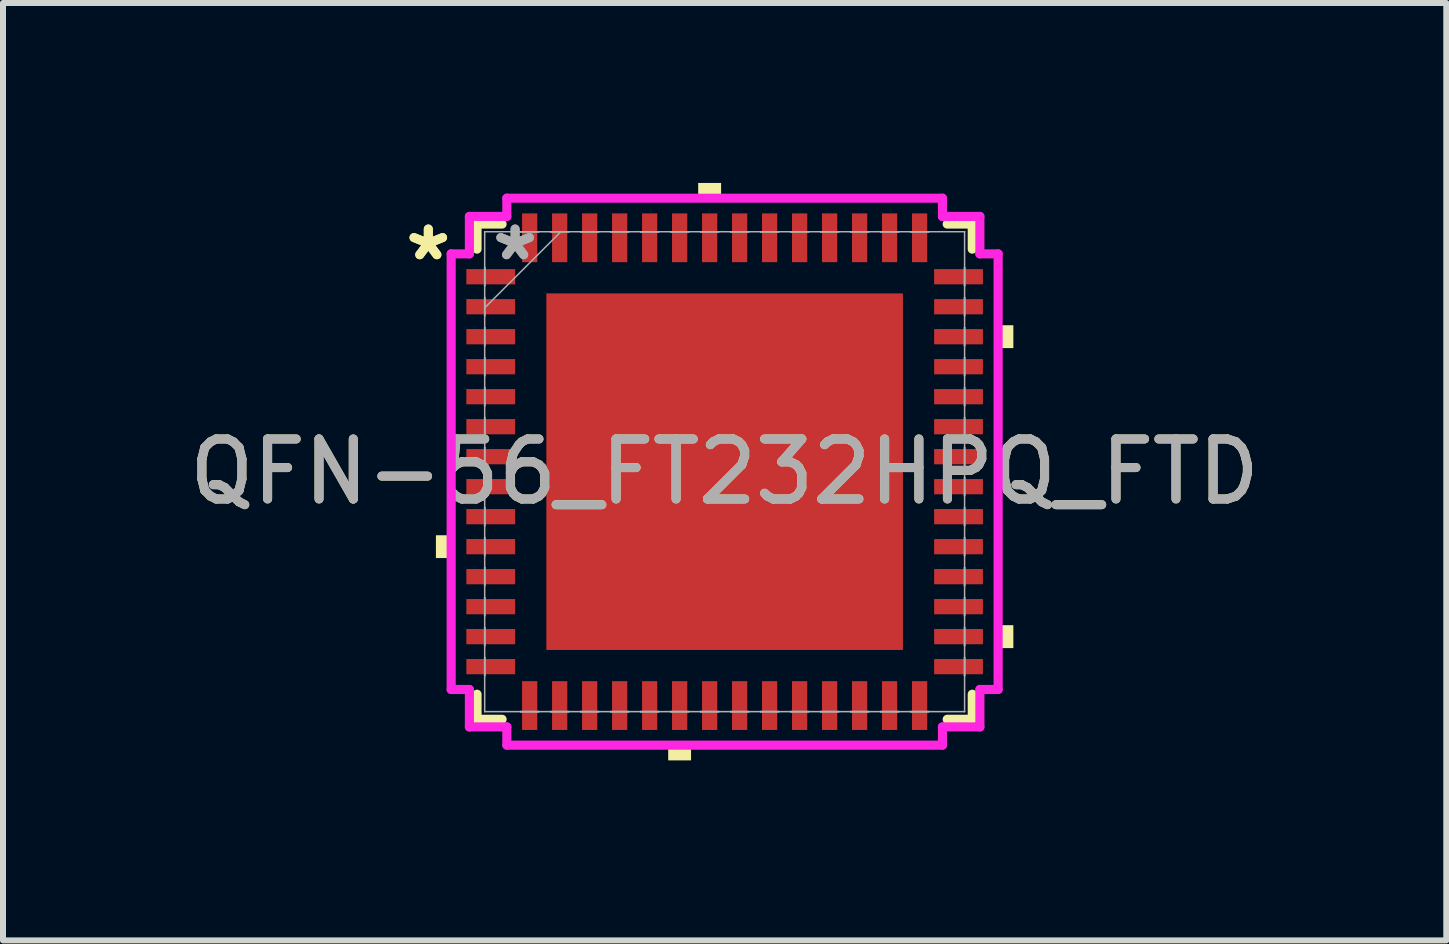
<source format=kicad_pcb>
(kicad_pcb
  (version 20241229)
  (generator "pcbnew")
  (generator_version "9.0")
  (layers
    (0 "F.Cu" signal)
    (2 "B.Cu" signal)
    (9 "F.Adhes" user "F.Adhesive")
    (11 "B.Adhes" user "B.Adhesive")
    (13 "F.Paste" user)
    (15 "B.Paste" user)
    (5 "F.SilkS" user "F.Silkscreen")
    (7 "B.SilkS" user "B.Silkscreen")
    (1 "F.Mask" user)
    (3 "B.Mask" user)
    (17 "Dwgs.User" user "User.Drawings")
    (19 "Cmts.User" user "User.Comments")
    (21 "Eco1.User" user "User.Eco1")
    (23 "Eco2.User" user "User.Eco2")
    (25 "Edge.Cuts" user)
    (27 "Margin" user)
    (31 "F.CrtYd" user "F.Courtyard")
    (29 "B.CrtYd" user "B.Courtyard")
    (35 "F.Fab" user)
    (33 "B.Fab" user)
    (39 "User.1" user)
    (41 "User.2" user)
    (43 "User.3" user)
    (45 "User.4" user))
  (footprint "QFN-56_FT232HPQ_FTD"
    (layer "F.Cu")
    (at 9.03 4.813)
    (property "Reference" "QFN-56_FT232HPQ_FTD" (at 0 0 0) (unlocked yes) (layer "F.SilkS") (effects (font (size 1 1) (thickness 0.15))))
    (attr smd)
    (fp_line (start -4.128 -4.128) (end -4.128 -3.71) (stroke (width 0.152) (type solid)) (layer "F.SilkS"))
    (fp_line (start -4.128 3.71) (end -4.128 4.128) (stroke (width 0.152) (type solid)) (layer "F.SilkS"))
    (fp_line (start -4.128 4.128) (end -3.71 4.128) (stroke (width 0.152) (type solid)) (layer "F.SilkS"))
    (fp_line (start -3.71 -4.128) (end -4.128 -4.128) (stroke (width 0.152) (type solid)) (layer "F.SilkS"))
    (fp_line (start 3.71 4.128) (end 4.128 4.128) (stroke (width 0.152) (type solid)) (layer "F.SilkS"))
    (fp_line (start 4.128 -4.128) (end 3.71 -4.128) (stroke (width 0.152) (type solid)) (layer "F.SilkS"))
    (fp_line (start 4.128 -3.71) (end 4.128 -4.128) (stroke (width 0.152) (type solid)) (layer "F.SilkS"))
    (fp_line (start 4.128 4.128) (end 4.128 3.71) (stroke (width 0.152) (type solid)) (layer "F.SilkS"))
    (fp_poly (pts (xy -4.813 1.06) (xy -4.813 1.44) (xy -4.559 1.44) (xy -4.559 1.06)) (stroke (width 0) (type solid)) (fill yes) (layer "F.SilkS"))
    (fp_poly (pts (xy -0.941 4.559) (xy -0.941 4.813) (xy -0.56 4.813) (xy -0.56 4.559)) (stroke (width 0) (type solid)) (fill yes) (layer "F.SilkS"))
    (fp_poly (pts (xy -0.441 -4.559) (xy -0.441 -4.813) (xy -0.059 -4.813) (xy -0.059 -4.559)) (stroke (width 0) (type solid)) (fill yes) (layer "F.SilkS"))
    (fp_poly (pts (xy 4.813 -2.441) (xy 4.813 -2.06) (xy 4.559 -2.06) (xy 4.559 -2.441)) (stroke (width 0) (type solid)) (fill yes) (layer "F.SilkS"))
    (fp_poly (pts (xy 4.813 2.559) (xy 4.813 2.941) (xy 4.559 2.941) (xy 4.559 2.559)) (stroke (width 0) (type solid)) (fill yes) (layer "F.SilkS"))
    (fp_poly (pts (xy -2.872 -2.872) (xy -2.872 -1.586) (xy -1.586 -1.586) (xy -1.586 -2.872)) (stroke (width 0) (type solid)) (fill yes) (layer "F.Paste"))
    (fp_poly (pts (xy -2.872 -1.386) (xy -2.872 -0.1) (xy -1.586 -0.1) (xy -1.586 -1.386)) (stroke (width 0) (type solid)) (fill yes) (layer "F.Paste"))
    (fp_poly (pts (xy -2.872 0.1) (xy -2.872 1.386) (xy -1.586 1.386) (xy -1.586 0.1)) (stroke (width 0) (type solid)) (fill yes) (layer "F.Paste"))
    (fp_poly (pts (xy -2.872 1.586) (xy -2.872 2.872) (xy -1.586 2.872) (xy -1.586 1.586)) (stroke (width 0) (type solid)) (fill yes) (layer "F.Paste"))
    (fp_poly (pts (xy -1.386 -2.872) (xy -1.386 -1.586) (xy -0.1 -1.586) (xy -0.1 -2.872)) (stroke (width 0) (type solid)) (fill yes) (layer "F.Paste"))
    (fp_poly (pts (xy -1.386 -1.386) (xy -1.386 -0.1) (xy -0.1 -0.1) (xy -0.1 -1.386)) (stroke (width 0) (type solid)) (fill yes) (layer "F.Paste"))
    (fp_poly (pts (xy -1.386 0.1) (xy -1.386 1.386) (xy -0.1 1.386) (xy -0.1 0.1)) (stroke (width 0) (type solid)) (fill yes) (layer "F.Paste"))
    (fp_poly (pts (xy -1.386 1.586) (xy -1.386 2.872) (xy -0.1 2.872) (xy -0.1 1.586)) (stroke (width 0) (type solid)) (fill yes) (layer "F.Paste"))
    (fp_poly (pts (xy 0.1 -2.872) (xy 0.1 -1.586) (xy 1.386 -1.586) (xy 1.386 -2.872)) (stroke (width 0) (type solid)) (fill yes) (layer "F.Paste"))
    (fp_poly (pts (xy 0.1 -1.386) (xy 0.1 -0.1) (xy 1.386 -0.1) (xy 1.386 -1.386)) (stroke (width 0) (type solid)) (fill yes) (layer "F.Paste"))
    (fp_poly (pts (xy 0.1 0.1) (xy 0.1 1.386) (xy 1.386 1.386) (xy 1.386 0.1)) (stroke (width 0) (type solid)) (fill yes) (layer "F.Paste"))
    (fp_poly (pts (xy 0.1 1.586) (xy 0.1 2.872) (xy 1.386 2.872) (xy 1.386 1.586)) (stroke (width 0) (type solid)) (fill yes) (layer "F.Paste"))
    (fp_poly (pts (xy 1.586 -2.872) (xy 1.586 -1.586) (xy 2.872 -1.586) (xy 2.872 -2.872)) (stroke (width 0) (type solid)) (fill yes) (layer "F.Paste"))
    (fp_poly (pts (xy 1.586 -1.386) (xy 1.586 -0.1) (xy 2.872 -0.1) (xy 2.872 -1.386)) (stroke (width 0) (type solid)) (fill yes) (layer "F.Paste"))
    (fp_poly (pts (xy 1.586 0.1) (xy 1.586 1.386) (xy 2.872 1.386) (xy 2.872 0.1)) (stroke (width 0) (type solid)) (fill yes) (layer "F.Paste"))
    (fp_poly (pts (xy 1.586 1.586) (xy 1.586 2.872) (xy 2.872 2.872) (xy 2.872 1.586)) (stroke (width 0) (type solid)) (fill yes) (layer "F.Paste"))
    (fp_line (start -4.559 -3.631) (end -4.255 -3.631) (stroke (width 0.152) (type solid)) (layer "F.CrtYd"))
    (fp_line (start -4.559 3.631) (end -4.559 -3.631) (stroke (width 0.152) (type solid)) (layer "F.CrtYd"))
    (fp_line (start -4.255 -4.255) (end -3.631 -4.255) (stroke (width 0.152) (type solid)) (layer "F.CrtYd"))
    (fp_line (start -4.255 -3.631) (end -4.255 -4.255) (stroke (width 0.152) (type solid)) (layer "F.CrtYd"))
    (fp_line (start -4.255 3.631) (end -4.559 3.631) (stroke (width 0.152) (type solid)) (layer "F.CrtYd"))
    (fp_line (start -4.255 4.255) (end -4.255 3.631) (stroke (width 0.152) (type solid)) (layer "F.CrtYd"))
    (fp_line (start -3.631 -4.559) (end 3.631 -4.559) (stroke (width 0.152) (type solid)) (layer "F.CrtYd"))
    (fp_line (start -3.631 -4.255) (end -3.631 -4.559) (stroke (width 0.152) (type solid)) (layer "F.CrtYd"))
    (fp_line (start -3.631 4.255) (end -4.255 4.255) (stroke (width 0.152) (type solid)) (layer "F.CrtYd"))
    (fp_line (start -3.631 4.559) (end -3.631 4.255) (stroke (width 0.152) (type solid)) (layer "F.CrtYd"))
    (fp_line (start 3.631 -4.559) (end 3.631 -4.255) (stroke (width 0.152) (type solid)) (layer "F.CrtYd"))
    (fp_line (start 3.631 -4.255) (end 4.255 -4.255) (stroke (width 0.152) (type solid)) (layer "F.CrtYd"))
    (fp_line (start 3.631 4.255) (end 3.631 4.559) (stroke (width 0.152) (type solid)) (layer "F.CrtYd"))
    (fp_line (start 3.631 4.559) (end -3.631 4.559) (stroke (width 0.152) (type solid)) (layer "F.CrtYd"))
    (fp_line (start 4.255 -4.255) (end 4.255 -3.631) (stroke (width 0.152) (type solid)) (layer "F.CrtYd"))
    (fp_line (start 4.255 -3.631) (end 4.559 -3.631) (stroke (width 0.152) (type solid)) (layer "F.CrtYd"))
    (fp_line (start 4.255 3.631) (end 4.255 4.255) (stroke (width 0.152) (type solid)) (layer "F.CrtYd"))
    (fp_line (start 4.255 4.255) (end 3.631 4.255) (stroke (width 0.152) (type solid)) (layer "F.CrtYd"))
    (fp_line (start 4.559 -3.631) (end 4.559 3.631) (stroke (width 0.152) (type solid)) (layer "F.CrtYd"))
    (fp_line (start 4.559 3.631) (end 4.255 3.631) (stroke (width 0.152) (type solid)) (layer "F.CrtYd"))
    (fp_line (start -4 -4) (end -4 -4) (stroke (width 0.025) (type solid)) (layer "F.Fab"))
    (fp_line (start -4 -4) (end -4 4) (stroke (width 0.025) (type solid)) (layer "F.Fab"))
    (fp_line (start -4 -3.402) (end -4 -3.402) (stroke (width 0.025) (type solid)) (layer "F.Fab"))
    (fp_line (start -4 -3.402) (end -4 -3.098) (stroke (width 0.025) (type solid)) (layer "F.Fab"))
    (fp_line (start -4 -3.098) (end -4 -3.402) (stroke (width 0.025) (type solid)) (layer "F.Fab"))
    (fp_line (start -4 -3.098) (end -4 -3.098) (stroke (width 0.025) (type solid)) (layer "F.Fab"))
    (fp_line (start -4 -2.902) (end -4 -2.902) (stroke (width 0.025) (type solid)) (layer "F.Fab"))
    (fp_line (start -4 -2.902) (end -4 -2.598) (stroke (width 0.025) (type solid)) (layer "F.Fab"))
    (fp_line (start -4 -2.731) (end -2.731 -4) (stroke (width 0.025) (type solid)) (layer "F.Fab"))
    (fp_line (start -4 -2.598) (end -4 -2.902) (stroke (width 0.025) (type solid)) (layer "F.Fab"))
    (fp_line (start -4 -2.598) (end -4 -2.598) (stroke (width 0.025) (type solid)) (layer "F.Fab"))
    (fp_line (start -4 -2.402) (end -4 -2.402) (stroke (width 0.025) (type solid)) (layer "F.Fab"))
    (fp_line (start -4 -2.402) (end -4 -2.098) (stroke (width 0.025) (type solid)) (layer "F.Fab"))
    (fp_line (start -4 -2.098) (end -4 -2.402) (stroke (width 0.025) (type solid)) (layer "F.Fab"))
    (fp_line (start -4 -2.098) (end -4 -2.098) (stroke (width 0.025) (type solid)) (layer "F.Fab"))
    (fp_line (start -4 -1.902) (end -4 -1.902) (stroke (width 0.025) (type solid)) (layer "F.Fab"))
    (fp_line (start -4 -1.902) (end -4 -1.598) (stroke (width 0.025) (type solid)) (layer "F.Fab"))
    (fp_line (start -4 -1.598) (end -4 -1.902) (stroke (width 0.025) (type solid)) (layer "F.Fab"))
    (fp_line (start -4 -1.598) (end -4 -1.598) (stroke (width 0.025) (type solid)) (layer "F.Fab"))
    (fp_line (start -4 -1.402) (end -4 -1.402) (stroke (width 0.025) (type solid)) (layer "F.Fab"))
    (fp_line (start -4 -1.402) (end -4 -1.098) (stroke (width 0.025) (type solid)) (layer "F.Fab"))
    (fp_line (start -4 -1.098) (end -4 -1.402) (stroke (width 0.025) (type solid)) (layer "F.Fab"))
    (fp_line (start -4 -1.098) (end -4 -1.098) (stroke (width 0.025) (type solid)) (layer "F.Fab"))
    (fp_line (start -4 -0.902) (end -4 -0.902) (stroke (width 0.025) (type solid)) (layer "F.Fab"))
    (fp_line (start -4 -0.902) (end -4 -0.598) (stroke (width 0.025) (type solid)) (layer "F.Fab"))
    (fp_line (start -4 -0.598) (end -4 -0.902) (stroke (width 0.025) (type solid)) (layer "F.Fab"))
    (fp_line (start -4 -0.598) (end -4 -0.598) (stroke (width 0.025) (type solid)) (layer "F.Fab"))
    (fp_line (start -4 -0.402) (end -4 -0.402) (stroke (width 0.025) (type solid)) (layer "F.Fab"))
    (fp_line (start -4 -0.402) (end -4 -0.098) (stroke (width 0.025) (type solid)) (layer "F.Fab"))
    (fp_line (start -4 -0.098) (end -4 -0.402) (stroke (width 0.025) (type solid)) (layer "F.Fab"))
    (fp_line (start -4 -0.098) (end -4 -0.098) (stroke (width 0.025) (type solid)) (layer "F.Fab"))
    (fp_line (start -4 0.098) (end -4 0.098) (stroke (width 0.025) (type solid)) (layer "F.Fab"))
    (fp_line (start -4 0.098) (end -4 0.402) (stroke (width 0.025) (type solid)) (layer "F.Fab"))
    (fp_line (start -4 0.402) (end -4 0.098) (stroke (width 0.025) (type solid)) (layer "F.Fab"))
    (fp_line (start -4 0.402) (end -4 0.402) (stroke (width 0.025) (type solid)) (layer "F.Fab"))
    (fp_line (start -4 0.598) (end -4 0.598) (stroke (width 0.025) (type solid)) (layer "F.Fab"))
    (fp_line (start -4 0.598) (end -4 0.902) (stroke (width 0.025) (type solid)) (layer "F.Fab"))
    (fp_line (start -4 0.902) (end -4 0.598) (stroke (width 0.025) (type solid)) (layer "F.Fab"))
    (fp_line (start -4 0.902) (end -4 0.902) (stroke (width 0.025) (type solid)) (layer "F.Fab"))
    (fp_line (start -4 1.098) (end -4 1.098) (stroke (width 0.025) (type solid)) (layer "F.Fab"))
    (fp_line (start -4 1.098) (end -4 1.402) (stroke (width 0.025) (type solid)) (layer "F.Fab"))
    (fp_line (start -4 1.402) (end -4 1.098) (stroke (width 0.025) (type solid)) (layer "F.Fab"))
    (fp_line (start -4 1.402) (end -4 1.402) (stroke (width 0.025) (type solid)) (layer "F.Fab"))
    (fp_line (start -4 1.598) (end -4 1.598) (stroke (width 0.025) (type solid)) (layer "F.Fab"))
    (fp_line (start -4 1.598) (end -4 1.902) (stroke (width 0.025) (type solid)) (layer "F.Fab"))
    (fp_line (start -4 1.902) (end -4 1.598) (stroke (width 0.025) (type solid)) (layer "F.Fab"))
    (fp_line (start -4 1.902) (end -4 1.902) (stroke (width 0.025) (type solid)) (layer "F.Fab"))
    (fp_line (start -4 2.098) (end -4 2.098) (stroke (width 0.025) (type solid)) (layer "F.Fab"))
    (fp_line (start -4 2.098) (end -4 2.402) (stroke (width 0.025) (type solid)) (layer "F.Fab"))
    (fp_line (start -4 2.402) (end -4 2.098) (stroke (width 0.025) (type solid)) (layer "F.Fab"))
    (fp_line (start -4 2.402) (end -4 2.402) (stroke (width 0.025) (type solid)) (layer "F.Fab"))
    (fp_line (start -4 2.598) (end -4 2.598) (stroke (width 0.025) (type solid)) (layer "F.Fab"))
    (fp_line (start -4 2.598) (end -4 2.902) (stroke (width 0.025) (type solid)) (layer "F.Fab"))
    (fp_line (start -4 2.902) (end -4 2.598) (stroke (width 0.025) (type solid)) (layer "F.Fab"))
    (fp_line (start -4 2.902) (end -4 2.902) (stroke (width 0.025) (type solid)) (layer "F.Fab"))
    (fp_line (start -4 3.098) (end -4 3.098) (stroke (width 0.025) (type solid)) (layer "F.Fab"))
    (fp_line (start -4 3.098) (end -4 3.402) (stroke (width 0.025) (type solid)) (layer "F.Fab"))
    (fp_line (start -4 3.402) (end -4 3.098) (stroke (width 0.025) (type solid)) (layer "F.Fab"))
    (fp_line (start -4 3.402) (end -4 3.402) (stroke (width 0.025) (type solid)) (layer "F.Fab"))
    (fp_line (start -4 4) (end -4 4) (stroke (width 0.025) (type solid)) (layer "F.Fab"))
    (fp_line (start -4 4) (end 4 4) (stroke (width 0.025) (type solid)) (layer "F.Fab"))
    (fp_line (start -3.402 -4) (end -3.402 -4) (stroke (width 0.025) (type solid)) (layer "F.Fab"))
    (fp_line (start -3.402 -4) (end -3.098 -4) (stroke (width 0.025) (type solid)) (layer "F.Fab"))
    (fp_line (start -3.402 4) (end -3.402 4) (stroke (width 0.025) (type solid)) (layer "F.Fab"))
    (fp_line (start -3.402 4) (end -3.098 4) (stroke (width 0.025) (type solid)) (layer "F.Fab"))
    (fp_line (start -3.098 -4) (end -3.402 -4) (stroke (width 0.025) (type solid)) (layer "F.Fab"))
    (fp_line (start -3.098 -4) (end -3.098 -4) (stroke (width 0.025) (type solid)) (layer "F.Fab"))
    (fp_line (start -3.098 4) (end -3.402 4) (stroke (width 0.025) (type solid)) (layer "F.Fab"))
    (fp_line (start -3.098 4) (end -3.098 4) (stroke (width 0.025) (type solid)) (layer "F.Fab"))
    (fp_line (start -2.902 -4) (end -2.902 -4) (stroke (width 0.025) (type solid)) (layer "F.Fab"))
    (fp_line (start -2.902 -4) (end -2.598 -4) (stroke (width 0.025) (type solid)) (layer "F.Fab"))
    (fp_line (start -2.902 4) (end -2.902 4) (stroke (width 0.025) (type solid)) (layer "F.Fab"))
    (fp_line (start -2.902 4) (end -2.598 4) (stroke (width 0.025) (type solid)) (layer "F.Fab"))
    (fp_line (start -2.598 -4) (end -2.902 -4) (stroke (width 0.025) (type solid)) (layer "F.Fab"))
    (fp_line (start -2.598 -4) (end -2.598 -4) (stroke (width 0.025) (type solid)) (layer "F.Fab"))
    (fp_line (start -2.598 4) (end -2.902 4) (stroke (width 0.025) (type solid)) (layer "F.Fab"))
    (fp_line (start -2.598 4) (end -2.598 4) (stroke (width 0.025) (type solid)) (layer "F.Fab"))
    (fp_line (start -2.402 -4) (end -2.402 -4) (stroke (width 0.025) (type solid)) (layer "F.Fab"))
    (fp_line (start -2.402 -4) (end -2.098 -4) (stroke (width 0.025) (type solid)) (layer "F.Fab"))
    (fp_line (start -2.402 4) (end -2.402 4) (stroke (width 0.025) (type solid)) (layer "F.Fab"))
    (fp_line (start -2.402 4) (end -2.098 4) (stroke (width 0.025) (type solid)) (layer "F.Fab"))
    (fp_line (start -2.098 -4) (end -2.402 -4) (stroke (width 0.025) (type solid)) (layer "F.Fab"))
    (fp_line (start -2.098 -4) (end -2.098 -4) (stroke (width 0.025) (type solid)) (layer "F.Fab"))
    (fp_line (start -2.098 4) (end -2.402 4) (stroke (width 0.025) (type solid)) (layer "F.Fab"))
    (fp_line (start -2.098 4) (end -2.098 4) (stroke (width 0.025) (type solid)) (layer "F.Fab"))
    (fp_line (start -1.902 -4) (end -1.902 -4) (stroke (width 0.025) (type solid)) (layer "F.Fab"))
    (fp_line (start -1.902 -4) (end -1.598 -4) (stroke (width 0.025) (type solid)) (layer "F.Fab"))
    (fp_line (start -1.902 4) (end -1.902 4) (stroke (width 0.025) (type solid)) (layer "F.Fab"))
    (fp_line (start -1.902 4) (end -1.598 4) (stroke (width 0.025) (type solid)) (layer "F.Fab"))
    (fp_line (start -1.598 -4) (end -1.902 -4) (stroke (width 0.025) (type solid)) (layer "F.Fab"))
    (fp_line (start -1.598 -4) (end -1.598 -4) (stroke (width 0.025) (type solid)) (layer "F.Fab"))
    (fp_line (start -1.598 4) (end -1.902 4) (stroke (width 0.025) (type solid)) (layer "F.Fab"))
    (fp_line (start -1.598 4) (end -1.598 4) (stroke (width 0.025) (type solid)) (layer "F.Fab"))
    (fp_line (start -1.402 -4) (end -1.402 -4) (stroke (width 0.025) (type solid)) (layer "F.Fab"))
    (fp_line (start -1.402 -4) (end -1.098 -4) (stroke (width 0.025) (type solid)) (layer "F.Fab"))
    (fp_line (start -1.402 4) (end -1.402 4) (stroke (width 0.025) (type solid)) (layer "F.Fab"))
    (fp_line (start -1.402 4) (end -1.098 4) (stroke (width 0.025) (type solid)) (layer "F.Fab"))
    (fp_line (start -1.098 -4) (end -1.402 -4) (stroke (width 0.025) (type solid)) (layer "F.Fab"))
    (fp_line (start -1.098 -4) (end -1.098 -4) (stroke (width 0.025) (type solid)) (layer "F.Fab"))
    (fp_line (start -1.098 4) (end -1.402 4) (stroke (width 0.025) (type solid)) (layer "F.Fab"))
    (fp_line (start -1.098 4) (end -1.098 4) (stroke (width 0.025) (type solid)) (layer "F.Fab"))
    (fp_line (start -0.902 -4) (end -0.902 -4) (stroke (width 0.025) (type solid)) (layer "F.Fab"))
    (fp_line (start -0.902 -4) (end -0.598 -4) (stroke (width 0.025) (type solid)) (layer "F.Fab"))
    (fp_line (start -0.902 4) (end -0.902 4) (stroke (width 0.025) (type solid)) (layer "F.Fab"))
    (fp_line (start -0.902 4) (end -0.598 4) (stroke (width 0.025) (type solid)) (layer "F.Fab"))
    (fp_line (start -0.598 -4) (end -0.902 -4) (stroke (width 0.025) (type solid)) (layer "F.Fab"))
    (fp_line (start -0.598 -4) (end -0.598 -4) (stroke (width 0.025) (type solid)) (layer "F.Fab"))
    (fp_line (start -0.598 4) (end -0.902 4) (stroke (width 0.025) (type solid)) (layer "F.Fab"))
    (fp_line (start -0.598 4) (end -0.598 4) (stroke (width 0.025) (type solid)) (layer "F.Fab"))
    (fp_line (start -0.402 -4) (end -0.402 -4) (stroke (width 0.025) (type solid)) (layer "F.Fab"))
    (fp_line (start -0.402 -4) (end -0.098 -4) (stroke (width 0.025) (type solid)) (layer "F.Fab"))
    (fp_line (start -0.402 4) (end -0.402 4) (stroke (width 0.025) (type solid)) (layer "F.Fab"))
    (fp_line (start -0.402 4) (end -0.098 4) (stroke (width 0.025) (type solid)) (layer "F.Fab"))
    (fp_line (start -0.098 -4) (end -0.402 -4) (stroke (width 0.025) (type solid)) (layer "F.Fab"))
    (fp_line (start -0.098 -4) (end -0.098 -4) (stroke (width 0.025) (type solid)) (layer "F.Fab"))
    (fp_line (start -0.098 4) (end -0.402 4) (stroke (width 0.025) (type solid)) (layer "F.Fab"))
    (fp_line (start -0.098 4) (end -0.098 4) (stroke (width 0.025) (type solid)) (layer "F.Fab"))
    (fp_line (start 0.098 -4) (end 0.098 -4) (stroke (width 0.025) (type solid)) (layer "F.Fab"))
    (fp_line (start 0.098 -4) (end 0.402 -4) (stroke (width 0.025) (type solid)) (layer "F.Fab"))
    (fp_line (start 0.098 4) (end 0.098 4) (stroke (width 0.025) (type solid)) (layer "F.Fab"))
    (fp_line (start 0.098 4) (end 0.402 4) (stroke (width 0.025) (type solid)) (layer "F.Fab"))
    (fp_line (start 0.402 -4) (end 0.098 -4) (stroke (width 0.025) (type solid)) (layer "F.Fab"))
    (fp_line (start 0.402 -4) (end 0.402 -4) (stroke (width 0.025) (type solid)) (layer "F.Fab"))
    (fp_line (start 0.402 4) (end 0.098 4) (stroke (width 0.025) (type solid)) (layer "F.Fab"))
    (fp_line (start 0.402 4) (end 0.402 4) (stroke (width 0.025) (type solid)) (layer "F.Fab"))
    (fp_line (start 0.598 -4) (end 0.598 -4) (stroke (width 0.025) (type solid)) (layer "F.Fab"))
    (fp_line (start 0.598 -4) (end 0.902 -4) (stroke (width 0.025) (type solid)) (layer "F.Fab"))
    (fp_line (start 0.598 4) (end 0.598 4) (stroke (width 0.025) (type solid)) (layer "F.Fab"))
    (fp_line (start 0.598 4) (end 0.902 4) (stroke (width 0.025) (type solid)) (layer "F.Fab"))
    (fp_line (start 0.902 -4) (end 0.598 -4) (stroke (width 0.025) (type solid)) (layer "F.Fab"))
    (fp_line (start 0.902 -4) (end 0.902 -4) (stroke (width 0.025) (type solid)) (layer "F.Fab"))
    (fp_line (start 0.902 4) (end 0.598 4) (stroke (width 0.025) (type solid)) (layer "F.Fab"))
    (fp_line (start 0.902 4) (end 0.902 4) (stroke (width 0.025) (type solid)) (layer "F.Fab"))
    (fp_line (start 1.098 -4) (end 1.098 -4) (stroke (width 0.025) (type solid)) (layer "F.Fab"))
    (fp_line (start 1.098 -4) (end 1.402 -4) (stroke (width 0.025) (type solid)) (layer "F.Fab"))
    (fp_line (start 1.098 4) (end 1.098 4) (stroke (width 0.025) (type solid)) (layer "F.Fab"))
    (fp_line (start 1.098 4) (end 1.402 4) (stroke (width 0.025) (type solid)) (layer "F.Fab"))
    (fp_line (start 1.402 -4) (end 1.098 -4) (stroke (width 0.025) (type solid)) (layer "F.Fab"))
    (fp_line (start 1.402 -4) (end 1.402 -4) (stroke (width 0.025) (type solid)) (layer "F.Fab"))
    (fp_line (start 1.402 4) (end 1.098 4) (stroke (width 0.025) (type solid)) (layer "F.Fab"))
    (fp_line (start 1.402 4) (end 1.402 4) (stroke (width 0.025) (type solid)) (layer "F.Fab"))
    (fp_line (start 1.598 -4) (end 1.598 -4) (stroke (width 0.025) (type solid)) (layer "F.Fab"))
    (fp_line (start 1.598 -4) (end 1.902 -4) (stroke (width 0.025) (type solid)) (layer "F.Fab"))
    (fp_line (start 1.598 4) (end 1.598 4) (stroke (width 0.025) (type solid)) (layer "F.Fab"))
    (fp_line (start 1.598 4) (end 1.902 4) (stroke (width 0.025) (type solid)) (layer "F.Fab"))
    (fp_line (start 1.902 -4) (end 1.598 -4) (stroke (width 0.025) (type solid)) (layer "F.Fab"))
    (fp_line (start 1.902 -4) (end 1.902 -4) (stroke (width 0.025) (type solid)) (layer "F.Fab"))
    (fp_line (start 1.902 4) (end 1.598 4) (stroke (width 0.025) (type solid)) (layer "F.Fab"))
    (fp_line (start 1.902 4) (end 1.902 4) (stroke (width 0.025) (type solid)) (layer "F.Fab"))
    (fp_line (start 2.098 -4) (end 2.098 -4) (stroke (width 0.025) (type solid)) (layer "F.Fab"))
    (fp_line (start 2.098 -4) (end 2.402 -4) (stroke (width 0.025) (type solid)) (layer "F.Fab"))
    (fp_line (start 2.098 4) (end 2.098 4) (stroke (width 0.025) (type solid)) (layer "F.Fab"))
    (fp_line (start 2.098 4) (end 2.402 4) (stroke (width 0.025) (type solid)) (layer "F.Fab"))
    (fp_line (start 2.402 -4) (end 2.098 -4) (stroke (width 0.025) (type solid)) (layer "F.Fab"))
    (fp_line (start 2.402 -4) (end 2.402 -4) (stroke (width 0.025) (type solid)) (layer "F.Fab"))
    (fp_line (start 2.402 4) (end 2.098 4) (stroke (width 0.025) (type solid)) (layer "F.Fab"))
    (fp_line (start 2.402 4) (end 2.402 4) (stroke (width 0.025) (type solid)) (layer "F.Fab"))
    (fp_line (start 2.598 -4) (end 2.598 -4) (stroke (width 0.025) (type solid)) (layer "F.Fab"))
    (fp_line (start 2.598 -4) (end 2.902 -4) (stroke (width 0.025) (type solid)) (layer "F.Fab"))
    (fp_line (start 2.598 4) (end 2.598 4) (stroke (width 0.025) (type solid)) (layer "F.Fab"))
    (fp_line (start 2.598 4) (end 2.902 4) (stroke (width 0.025) (type solid)) (layer "F.Fab"))
    (fp_line (start 2.902 -4) (end 2.598 -4) (stroke (width 0.025) (type solid)) (layer "F.Fab"))
    (fp_line (start 2.902 -4) (end 2.902 -4) (stroke (width 0.025) (type solid)) (layer "F.Fab"))
    (fp_line (start 2.902 4) (end 2.598 4) (stroke (width 0.025) (type solid)) (layer "F.Fab"))
    (fp_line (start 2.902 4) (end 2.902 4) (stroke (width 0.025) (type solid)) (layer "F.Fab"))
    (fp_line (start 3.098 -4) (end 3.098 -4) (stroke (width 0.025) (type solid)) (layer "F.Fab"))
    (fp_line (start 3.098 -4) (end 3.402 -4) (stroke (width 0.025) (type solid)) (layer "F.Fab"))
    (fp_line (start 3.098 4) (end 3.098 4) (stroke (width 0.025) (type solid)) (layer "F.Fab"))
    (fp_line (start 3.098 4) (end 3.402 4) (stroke (width 0.025) (type solid)) (layer "F.Fab"))
    (fp_line (start 3.402 -4) (end 3.098 -4) (stroke (width 0.025) (type solid)) (layer "F.Fab"))
    (fp_line (start 3.402 -4) (end 3.402 -4) (stroke (width 0.025) (type solid)) (layer "F.Fab"))
    (fp_line (start 3.402 4) (end 3.098 4) (stroke (width 0.025) (type solid)) (layer "F.Fab"))
    (fp_line (start 3.402 4) (end 3.402 4) (stroke (width 0.025) (type solid)) (layer "F.Fab"))
    (fp_line (start 4 -4) (end -4 -4) (stroke (width 0.025) (type solid)) (layer "F.Fab"))
    (fp_line (start 4 -4) (end 4 -4) (stroke (width 0.025) (type solid)) (layer "F.Fab"))
    (fp_line (start 4 -3.402) (end 4 -3.402) (stroke (width 0.025) (type solid)) (layer "F.Fab"))
    (fp_line (start 4 -3.402) (end 4 -3.098) (stroke (width 0.025) (type solid)) (layer "F.Fab"))
    (fp_line (start 4 -3.098) (end 4 -3.402) (stroke (width 0.025) (type solid)) (layer "F.Fab"))
    (fp_line (start 4 -3.098) (end 4 -3.098) (stroke (width 0.025) (type solid)) (layer "F.Fab"))
    (fp_line (start 4 -2.902) (end 4 -2.902) (stroke (width 0.025) (type solid)) (layer "F.Fab"))
    (fp_line (start 4 -2.902) (end 4 -2.598) (stroke (width 0.025) (type solid)) (layer "F.Fab"))
    (fp_line (start 4 -2.598) (end 4 -2.902) (stroke (width 0.025) (type solid)) (layer "F.Fab"))
    (fp_line (start 4 -2.598) (end 4 -2.598) (stroke (width 0.025) (type solid)) (layer "F.Fab"))
    (fp_line (start 4 -2.402) (end 4 -2.402) (stroke (width 0.025) (type solid)) (layer "F.Fab"))
    (fp_line (start 4 -2.402) (end 4 -2.098) (stroke (width 0.025) (type solid)) (layer "F.Fab"))
    (fp_line (start 4 -2.098) (end 4 -2.402) (stroke (width 0.025) (type solid)) (layer "F.Fab"))
    (fp_line (start 4 -2.098) (end 4 -2.098) (stroke (width 0.025) (type solid)) (layer "F.Fab"))
    (fp_line (start 4 -1.902) (end 4 -1.902) (stroke (width 0.025) (type solid)) (layer "F.Fab"))
    (fp_line (start 4 -1.902) (end 4 -1.598) (stroke (width 0.025) (type solid)) (layer "F.Fab"))
    (fp_line (start 4 -1.598) (end 4 -1.902) (stroke (width 0.025) (type solid)) (layer "F.Fab"))
    (fp_line (start 4 -1.598) (end 4 -1.598) (stroke (width 0.025) (type solid)) (layer "F.Fab"))
    (fp_line (start 4 -1.402) (end 4 -1.402) (stroke (width 0.025) (type solid)) (layer "F.Fab"))
    (fp_line (start 4 -1.402) (end 4 -1.098) (stroke (width 0.025) (type solid)) (layer "F.Fab"))
    (fp_line (start 4 -1.098) (end 4 -1.402) (stroke (width 0.025) (type solid)) (layer "F.Fab"))
    (fp_line (start 4 -1.098) (end 4 -1.098) (stroke (width 0.025) (type solid)) (layer "F.Fab"))
    (fp_line (start 4 -0.902) (end 4 -0.902) (stroke (width 0.025) (type solid)) (layer "F.Fab"))
    (fp_line (start 4 -0.902) (end 4 -0.598) (stroke (width 0.025) (type solid)) (layer "F.Fab"))
    (fp_line (start 4 -0.598) (end 4 -0.902) (stroke (width 0.025) (type solid)) (layer "F.Fab"))
    (fp_line (start 4 -0.598) (end 4 -0.598) (stroke (width 0.025) (type solid)) (layer "F.Fab"))
    (fp_line (start 4 -0.402) (end 4 -0.402) (stroke (width 0.025) (type solid)) (layer "F.Fab"))
    (fp_line (start 4 -0.402) (end 4 -0.098) (stroke (width 0.025) (type solid)) (layer "F.Fab"))
    (fp_line (start 4 -0.098) (end 4 -0.402) (stroke (width 0.025) (type solid)) (layer "F.Fab"))
    (fp_line (start 4 -0.098) (end 4 -0.098) (stroke (width 0.025) (type solid)) (layer "F.Fab"))
    (fp_line (start 4 0.098) (end 4 0.098) (stroke (width 0.025) (type solid)) (layer "F.Fab"))
    (fp_line (start 4 0.098) (end 4 0.402) (stroke (width 0.025) (type solid)) (layer "F.Fab"))
    (fp_line (start 4 0.402) (end 4 0.098) (stroke (width 0.025) (type solid)) (layer "F.Fab"))
    (fp_line (start 4 0.402) (end 4 0.402) (stroke (width 0.025) (type solid)) (layer "F.Fab"))
    (fp_line (start 4 0.598) (end 4 0.598) (stroke (width 0.025) (type solid)) (layer "F.Fab"))
    (fp_line (start 4 0.598) (end 4 0.902) (stroke (width 0.025) (type solid)) (layer "F.Fab"))
    (fp_line (start 4 0.902) (end 4 0.598) (stroke (width 0.025) (type solid)) (layer "F.Fab"))
    (fp_line (start 4 0.902) (end 4 0.902) (stroke (width 0.025) (type solid)) (layer "F.Fab"))
    (fp_line (start 4 1.098) (end 4 1.098) (stroke (width 0.025) (type solid)) (layer "F.Fab"))
    (fp_line (start 4 1.098) (end 4 1.402) (stroke (width 0.025) (type solid)) (layer "F.Fab"))
    (fp_line (start 4 1.402) (end 4 1.098) (stroke (width 0.025) (type solid)) (layer "F.Fab"))
    (fp_line (start 4 1.402) (end 4 1.402) (stroke (width 0.025) (type solid)) (layer "F.Fab"))
    (fp_line (start 4 1.598) (end 4 1.598) (stroke (width 0.025) (type solid)) (layer "F.Fab"))
    (fp_line (start 4 1.598) (end 4 1.902) (stroke (width 0.025) (type solid)) (layer "F.Fab"))
    (fp_line (start 4 1.902) (end 4 1.598) (stroke (width 0.025) (type solid)) (layer "F.Fab"))
    (fp_line (start 4 1.902) (end 4 1.902) (stroke (width 0.025) (type solid)) (layer "F.Fab"))
    (fp_line (start 4 2.098) (end 4 2.098) (stroke (width 0.025) (type solid)) (layer "F.Fab"))
    (fp_line (start 4 2.098) (end 4 2.402) (stroke (width 0.025) (type solid)) (layer "F.Fab"))
    (fp_line (start 4 2.402) (end 4 2.098) (stroke (width 0.025) (type solid)) (layer "F.Fab"))
    (fp_line (start 4 2.402) (end 4 2.402) (stroke (width 0.025) (type solid)) (layer "F.Fab"))
    (fp_line (start 4 2.598) (end 4 2.598) (stroke (width 0.025) (type solid)) (layer "F.Fab"))
    (fp_line (start 4 2.598) (end 4 2.902) (stroke (width 0.025) (type solid)) (layer "F.Fab"))
    (fp_line (start 4 2.902) (end 4 2.598) (stroke (width 0.025) (type solid)) (layer "F.Fab"))
    (fp_line (start 4 2.902) (end 4 2.902) (stroke (width 0.025) (type solid)) (layer "F.Fab"))
    (fp_line (start 4 3.098) (end 4 3.098) (stroke (width 0.025) (type solid)) (layer "F.Fab"))
    (fp_line (start 4 3.098) (end 4 3.402) (stroke (width 0.025) (type solid)) (layer "F.Fab"))
    (fp_line (start 4 3.402) (end 4 3.098) (stroke (width 0.025) (type solid)) (layer "F.Fab"))
    (fp_line (start 4 3.402) (end 4 3.402) (stroke (width 0.025) (type solid)) (layer "F.Fab"))
    (fp_line (start 4 4) (end 4 -4) (stroke (width 0.025) (type solid)) (layer "F.Fab"))
    (fp_line (start 4 4) (end 4 4) (stroke (width 0.025) (type solid)) (layer "F.Fab"))
    (fp_text user "*" (at -4.94 -3.5 0) (layer "F.SilkS") (effects (font (size 1 1) (thickness 0.15))))
    (fp_text user "*" (at -4.94 -3.5 0) (unlocked yes) (layer "F.SilkS") (effects (font (size 1 1) (thickness 0.15))))
    (fp_text user "*" (at -3.493 -3.5 0) (unlocked yes) (layer "F.Fab") (effects (font (size 1 1) (thickness 0.15))))
    (fp_text user "${REFERENCE}" (at 0 0 0) (unlocked yes) (layer "F.Fab") (effects (font (size 1 1) (thickness 0.15))))
    (fp_text user "*" (at -3.493 -3.5 0) (layer "F.Fab") (effects (font (size 1 1) (thickness 0.15))))
    (pad "1" smd rect (at -3.899 -3.25 90) (size 0.254 0.813) (layers "F.Cu" "F.Mask" "F.Paste"))
    (pad "2" smd rect (at -3.899 -2.75 90) (size 0.254 0.813) (layers "F.Cu" "F.Mask" "F.Paste"))
    (pad "3" smd rect (at -3.899 -2.25 90) (size 0.254 0.813) (layers "F.Cu" "F.Mask" "F.Paste"))
    (pad "4" smd rect (at -3.899 -1.75 90) (size 0.254 0.813) (layers "F.Cu" "F.Mask" "F.Paste"))
    (pad "5" smd rect (at -3.899 -1.25 90) (size 0.254 0.813) (layers "F.Cu" "F.Mask" "F.Paste"))
    (pad "6" smd rect (at -3.899 -0.75 90) (size 0.254 0.813) (layers "F.Cu" "F.Mask" "F.Paste"))
    (pad "7" smd rect (at -3.899 -0.25 90) (size 0.254 0.813) (layers "F.Cu" "F.Mask" "F.Paste"))
    (pad "8" smd rect (at -3.899 0.25 90) (size 0.254 0.813) (layers "F.Cu" "F.Mask" "F.Paste"))
    (pad "9" smd rect (at -3.899 0.75 90) (size 0.254 0.813) (layers "F.Cu" "F.Mask" "F.Paste"))
    (pad "10" smd rect (at -3.899 1.25 90) (size 0.254 0.813) (layers "F.Cu" "F.Mask" "F.Paste"))
    (pad "11" smd rect (at -3.899 1.75 90) (size 0.254 0.813) (layers "F.Cu" "F.Mask" "F.Paste"))
    (pad "12" smd rect (at -3.899 2.25 90) (size 0.254 0.813) (layers "F.Cu" "F.Mask" "F.Paste"))
    (pad "13" smd rect (at -3.899 2.75 90) (size 0.254 0.813) (layers "F.Cu" "F.Mask" "F.Paste"))
    (pad "14" smd rect (at -3.899 3.25 90) (size 0.254 0.813) (layers "F.Cu" "F.Mask" "F.Paste"))
    (pad "15" smd rect (at -3.25 3.899) (size 0.254 0.813) (layers "F.Cu" "F.Mask" "F.Paste"))
    (pad "16" smd rect (at -2.75 3.899) (size 0.254 0.813) (layers "F.Cu" "F.Mask" "F.Paste"))
    (pad "17" smd rect (at -2.25 3.899) (size 0.254 0.813) (layers "F.Cu" "F.Mask" "F.Paste"))
    (pad "18" smd rect (at -1.75 3.899) (size 0.254 0.813) (layers "F.Cu" "F.Mask" "F.Paste"))
    (pad "19" smd rect (at -1.25 3.899) (size 0.254 0.813) (layers "F.Cu" "F.Mask" "F.Paste"))
    (pad "20" smd rect (at -0.75 3.899) (size 0.254 0.813) (layers "F.Cu" "F.Mask" "F.Paste"))
    (pad "21" smd rect (at -0.25 3.899) (size 0.254 0.813) (layers "F.Cu" "F.Mask" "F.Paste"))
    (pad "22" smd rect (at 0.25 3.899) (size 0.254 0.813) (layers "F.Cu" "F.Mask" "F.Paste"))
    (pad "23" smd rect (at 0.75 3.899) (size 0.254 0.813) (layers "F.Cu" "F.Mask" "F.Paste"))
    (pad "24" smd rect (at 1.25 3.899) (size 0.254 0.813) (layers "F.Cu" "F.Mask" "F.Paste"))
    (pad "25" smd rect (at 1.75 3.899) (size 0.254 0.813) (layers "F.Cu" "F.Mask" "F.Paste"))
    (pad "26" smd rect (at 2.25 3.899) (size 0.254 0.813) (layers "F.Cu" "F.Mask" "F.Paste"))
    (pad "27" smd rect (at 2.75 3.899) (size 0.254 0.813) (layers "F.Cu" "F.Mask" "F.Paste"))
    (pad "28" smd rect (at 3.25 3.899) (size 0.254 0.813) (layers "F.Cu" "F.Mask" "F.Paste"))
    (pad "29" smd rect (at 3.899 3.25 90) (size 0.254 0.813) (layers "F.Cu" "F.Mask" "F.Paste"))
    (pad "30" smd rect (at 3.899 2.75 90) (size 0.254 0.813) (layers "F.Cu" "F.Mask" "F.Paste"))
    (pad "31" smd rect (at 3.899 2.25 90) (size 0.254 0.813) (layers "F.Cu" "F.Mask" "F.Paste"))
    (pad "32" smd rect (at 3.899 1.75 90) (size 0.254 0.813) (layers "F.Cu" "F.Mask" "F.Paste"))
    (pad "33" smd rect (at 3.899 1.25 90) (size 0.254 0.813) (layers "F.Cu" "F.Mask" "F.Paste"))
    (pad "34" smd rect (at 3.899 0.75 90) (size 0.254 0.813) (layers "F.Cu" "F.Mask" "F.Paste"))
    (pad "35" smd rect (at 3.899 0.25 90) (size 0.254 0.813) (layers "F.Cu" "F.Mask" "F.Paste"))
    (pad "36" smd rect (at 3.899 -0.25 90) (size 0.254 0.813) (layers "F.Cu" "F.Mask" "F.Paste"))
    (pad "37" smd rect (at 3.899 -0.75 90) (size 0.254 0.813) (layers "F.Cu" "F.Mask" "F.Paste"))
    (pad "38" smd rect (at 3.899 -1.25 90) (size 0.254 0.813) (layers "F.Cu" "F.Mask" "F.Paste"))
    (pad "39" smd rect (at 3.899 -1.75 90) (size 0.254 0.813) (layers "F.Cu" "F.Mask" "F.Paste"))
    (pad "40" smd rect (at 3.899 -2.25 90) (size 0.254 0.813) (layers "F.Cu" "F.Mask" "F.Paste"))
    (pad "41" smd rect (at 3.899 -2.75 90) (size 0.254 0.813) (layers "F.Cu" "F.Mask" "F.Paste"))
    (pad "42" smd rect (at 3.899 -3.25 90) (size 0.254 0.813) (layers "F.Cu" "F.Mask" "F.Paste"))
    (pad "43" smd rect (at 3.25 -3.899) (size 0.254 0.813) (layers "F.Cu" "F.Mask" "F.Paste"))
    (pad "44" smd rect (at 2.75 -3.899) (size 0.254 0.813) (layers "F.Cu" "F.Mask" "F.Paste"))
    (pad "45" smd rect (at 2.25 -3.899) (size 0.254 0.813) (layers "F.Cu" "F.Mask" "F.Paste"))
    (pad "46" smd rect (at 1.75 -3.899) (size 0.254 0.813) (layers "F.Cu" "F.Mask" "F.Paste"))
    (pad "47" smd rect (at 1.25 -3.899) (size 0.254 0.813) (layers "F.Cu" "F.Mask" "F.Paste"))
    (pad "48" smd rect (at 0.75 -3.899) (size 0.254 0.813) (layers "F.Cu" "F.Mask" "F.Paste"))
    (pad "49" smd rect (at 0.25 -3.899) (size 0.254 0.813) (layers "F.Cu" "F.Mask" "F.Paste"))
    (pad "50" smd rect (at -0.25 -3.899) (size 0.254 0.813) (layers "F.Cu" "F.Mask" "F.Paste"))
    (pad "51" smd rect (at -0.75 -3.899) (size 0.254 0.813) (layers "F.Cu" "F.Mask" "F.Paste"))
    (pad "52" smd rect (at -1.25 -3.899) (size 0.254 0.813) (layers "F.Cu" "F.Mask" "F.Paste"))
    (pad "53" smd rect (at -1.75 -3.899) (size 0.254 0.813) (layers "F.Cu" "F.Mask" "F.Paste"))
    (pad "54" smd rect (at -2.25 -3.899) (size 0.254 0.813) (layers "F.Cu" "F.Mask" "F.Paste"))
    (pad "55" smd rect (at -2.75 -3.899) (size 0.254 0.813) (layers "F.Cu" "F.Mask" "F.Paste"))
    (pad "56" smd rect (at -3.25 -3.899) (size 0.254 0.813) (layers "F.Cu" "F.Mask" "F.Paste"))
    (pad "57" smd rect (at 0 0) (size 5.944 5.944) (layers "F.Cu" "F.Mask")))
  (gr_rect
    (start -3 -3)
    (end 21.06 12.627)
    (stroke (width 0.1) (type default))
    (fill no)
    (layer "Edge.Cuts")))
</source>
